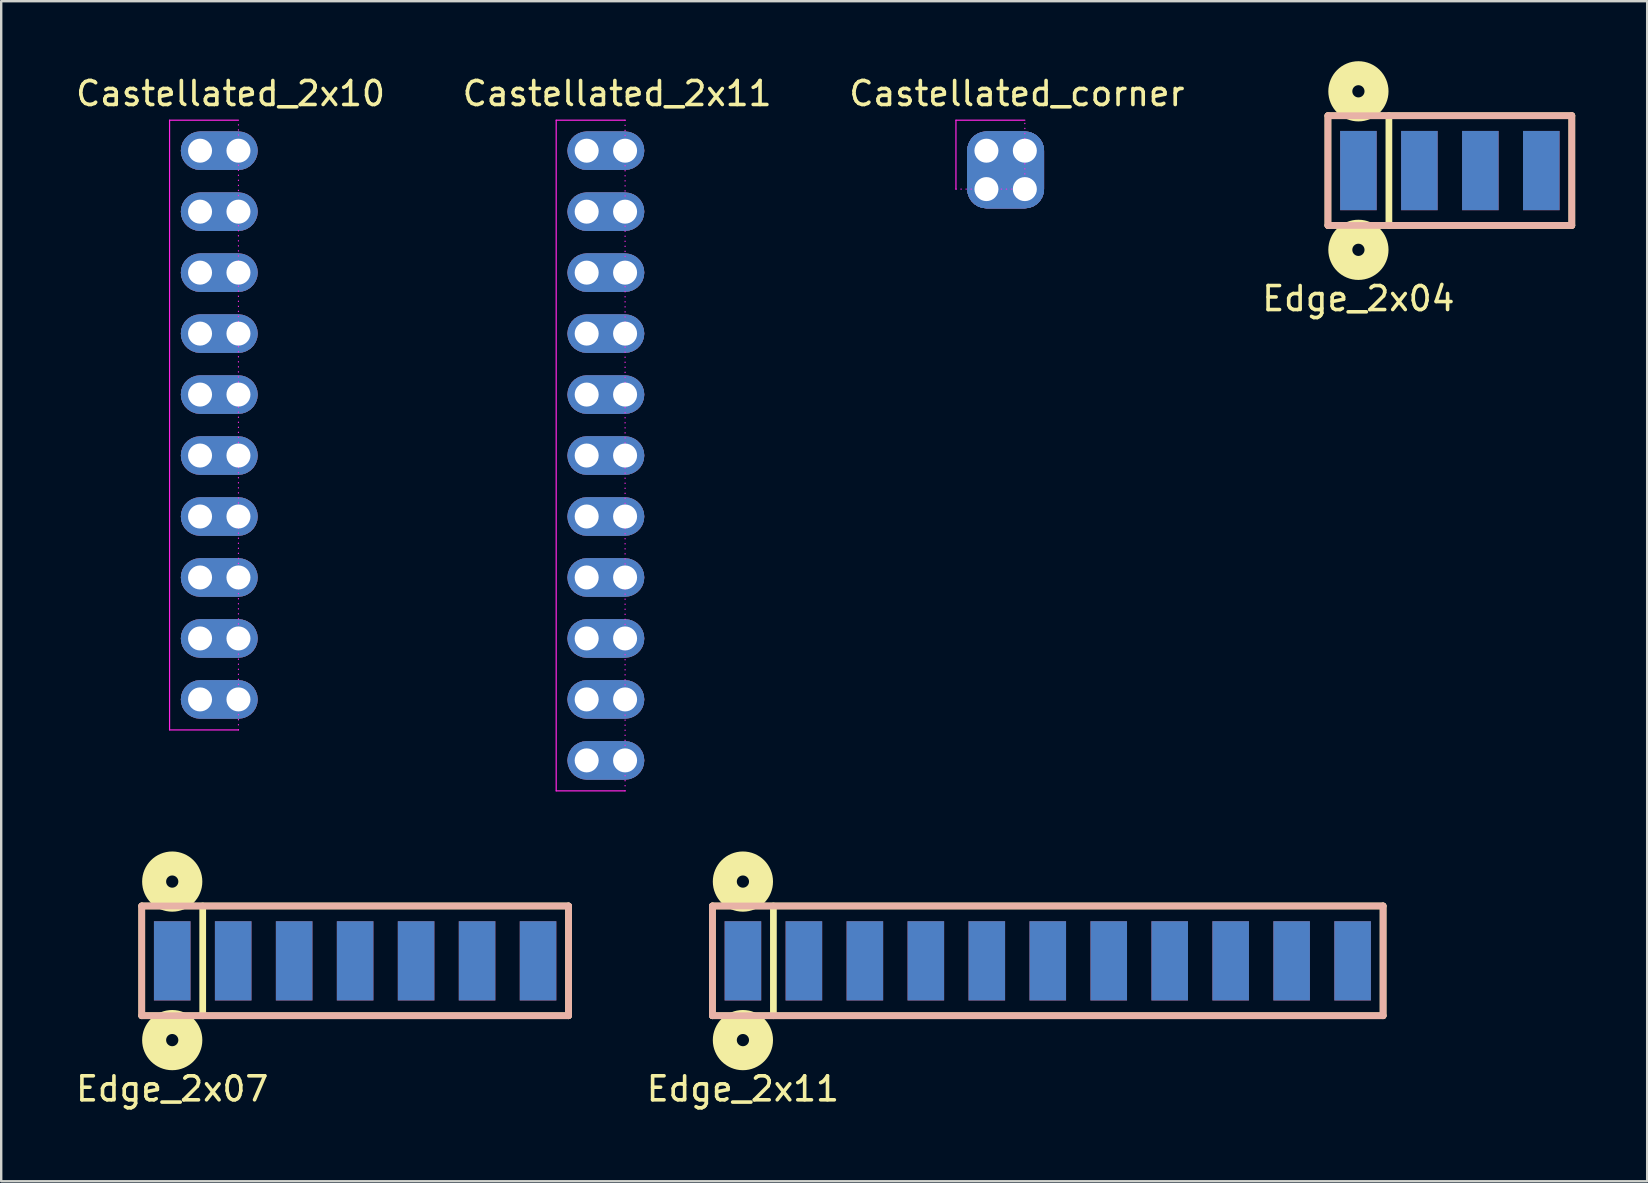
<source format=kicad_pcb>
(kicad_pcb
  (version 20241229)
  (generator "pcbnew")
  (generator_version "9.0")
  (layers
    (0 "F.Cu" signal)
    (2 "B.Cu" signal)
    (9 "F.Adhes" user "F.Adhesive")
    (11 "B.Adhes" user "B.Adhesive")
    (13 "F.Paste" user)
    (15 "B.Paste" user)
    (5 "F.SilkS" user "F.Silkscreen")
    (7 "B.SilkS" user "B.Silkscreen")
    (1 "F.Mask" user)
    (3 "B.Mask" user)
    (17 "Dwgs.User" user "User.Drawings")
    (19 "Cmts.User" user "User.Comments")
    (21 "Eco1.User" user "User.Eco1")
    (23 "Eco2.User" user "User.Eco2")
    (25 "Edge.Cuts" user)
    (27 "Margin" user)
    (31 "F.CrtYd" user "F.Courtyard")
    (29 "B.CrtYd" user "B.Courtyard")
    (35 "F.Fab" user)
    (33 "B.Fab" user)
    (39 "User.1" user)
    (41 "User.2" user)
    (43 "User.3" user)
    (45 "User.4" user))
  (footprint "Edge_2x04"
    (layer "F.Cu")
    (at 53.542 4.056)
    (property "Reference" "Edge_2x04" (at 0 5.334 0) (layer "F.SilkS") (effects (font (size 1 1) (thickness 0.15))))
    (attr through_hole)
    (fp_line (start -1.27 -2.286) (end -1.27 2.286) (stroke (width 0.28) (type solid)) (layer "F.SilkS"))
    (fp_line (start -1.27 2.286) (end 8.89 2.286) (stroke (width 0.28) (type solid)) (layer "F.SilkS"))
    (fp_line (start 1.27 2.286) (end 1.27 -2.286) (stroke (width 0.28) (type solid)) (layer "F.SilkS"))
    (fp_line (start 8.89 -2.286) (end -1.27 -2.286) (stroke (width 0.28) (type solid)) (layer "F.SilkS"))
    (fp_line (start 8.89 2.286) (end 8.89 -2.286) (stroke (width 0.28) (type solid)) (layer "F.SilkS"))
    (fp_circle (center 0 -3.302) (end 0.254 -3.302) (stroke (width 1) (type solid)) (fill no) (layer "F.SilkS"))
    (fp_circle (center 0 3.302) (end 0.254 3.302) (stroke (width 1) (type solid)) (fill no) (layer "F.SilkS"))
    (fp_line (start -1.27 -2.286) (end -1.27 2.286) (stroke (width 0.28) (type solid)) (layer "B.SilkS"))
    (fp_line (start -1.27 2.286) (end 8.89 2.286) (stroke (width 0.28) (type solid)) (layer "B.SilkS"))
    (fp_line (start 8.89 -2.286) (end -1.27 -2.286) (stroke (width 0.28) (type solid)) (layer "B.SilkS"))
    (fp_line (start 8.89 2.286) (end 8.89 -2.286) (stroke (width 0.28) (type solid)) (layer "B.SilkS"))
    (pad "1" smd rect (at 0 0) (size 1.524 3.302) (layers "F.Cu" "F.Mask" "F.Paste"))
    (pad "2" smd rect (at 0 0) (size 1.524 3.302) (layers "B.Cu" "B.Mask" "B.Paste"))
    (pad "3" smd rect (at 2.54 0) (size 1.524 3.302) (layers "F.Cu" "F.Mask" "F.Paste"))
    (pad "4" smd rect (at 2.54 0) (size 1.524 3.302) (layers "B.Cu" "B.Mask" "B.Paste"))
    (pad "5" smd rect (at 5.08 0) (size 1.524 3.302) (layers "F.Cu" "F.Mask" "F.Paste"))
    (pad "6" smd rect (at 5.08 0) (size 1.524 3.302) (layers "B.Cu" "B.Mask" "B.Paste"))
    (pad "7" smd rect (at 7.62 0) (size 1.524 3.302) (layers "F.Cu" "F.Mask" "F.Paste"))
    (pad "8" smd rect (at 7.62 0) (size 1.524 3.302) (layers "B.Cu" "B.Mask" "B.Paste")))
  (footprint "Castellated_corner"
    (layer "F.Cu")
    (at 38.045 3.228)
    (property "Reference" "Castellated_corner" (at 1.27 -2.38 0) (layer "F.SilkS") (effects (font (size 1 1) (thickness 0.15))))
    (attr through_hole)
    (fp_line (start -1.27 1.6) (end 1.6 1.6) (stroke (width 0.001) (type solid)) (layer "Edge.Cuts"))
    (fp_line (start 1.6 -1.27) (end 1.6 1.6) (stroke (width 0.001) (type solid)) (layer "Edge.Cuts"))
    (fp_line (start -1.27 -1.27) (end -1.27 1.6) (stroke (width 0.05) (type solid)) (layer "F.CrtYd"))
    (fp_line (start -1.27 1.6) (end 1.6 1.6) (stroke (width 0.05) (type dot)) (layer "F.CrtYd"))
    (fp_line (start 1.6 -1.27) (end -1.27 -1.27) (stroke (width 0.05) (type solid)) (layer "F.CrtYd"))
    (fp_line (start 1.6 1.6) (end 1.6 -1.27) (stroke (width 0.05) (type dot)) (layer "F.CrtYd"))
    (pad "1" thru_hole roundrect (at 0 0) (size 3.2 3.2) (drill 1 (offset 0.8 0.8)) (layers "*.Cu" "*.Mask") (roundrect_rratio 0.25))
    (pad "1" thru_hole roundrect (at 0 1.6) (size 3.2 3.2) (drill 1 (offset 0.8 -0.8)) (layers "*.Cu" "*.Mask") (roundrect_rratio 0.25))
    (pad "1" thru_hole roundrect (at 1.6 0) (size 3.2 3.2) (drill 1 (offset -0.8 0.8)) (layers "*.Cu" "*.Mask") (roundrect_rratio 0.25))
    (pad "1" thru_hole roundrect (at 1.6 1.6) (size 3.2 3.2) (drill 1 (offset -0.8 -0.8)) (layers "*.Cu" "*.Mask") (roundrect_rratio 0.25)))
  (footprint "Castellated_2x10"
    (layer "F.Cu")
    (at 5.284 3.228)
    (property "Reference" "Castellated_2x10" (at 1.27 -2.38 0) (layer "F.SilkS") (effects (font (size 1 1) (thickness 0.15))))
    (attr through_hole)
    (fp_line (start 1.6 -1.27) (end 1.6 24.13) (stroke (width 0.001) (type solid)) (layer "Edge.Cuts"))
    (fp_line (start -1.27 -1.27) (end -1.27 24.13) (stroke (width 0.05) (type solid)) (layer "F.CrtYd"))
    (fp_line (start -1.27 24.13) (end 1.6 24.13) (stroke (width 0.05) (type solid)) (layer "F.CrtYd"))
    (fp_line (start 1.6 -1.27) (end -1.27 -1.27) (stroke (width 0.05) (type solid)) (layer "F.CrtYd"))
    (fp_line (start 1.6 24.13) (end 1.6 -1.27) (stroke (width 0.05) (type dot)) (layer "F.CrtYd"))
    (pad "1" thru_hole roundrect (at 0 0) (size 3.2 1.6) (drill 1 (offset 0.8 0)) (layers "*.Cu" "*.Mask") (roundrect_rratio 0.5))
    (pad "1" thru_hole roundrect (at 1.6 0) (size 3.2 1.6) (drill 1 (offset -0.8 0)) (layers "*.Cu" "*.Mask") (roundrect_rratio 0.5))
    (pad "2" thru_hole roundrect (at 0 2.54) (size 3.2 1.6) (drill 1 (offset 0.8 0)) (layers "*.Cu" "*.Mask") (roundrect_rratio 0.5))
    (pad "2" thru_hole roundrect (at 1.6 2.54) (size 3.2 1.6) (drill 1 (offset -0.8 0)) (layers "*.Cu" "*.Mask") (roundrect_rratio 0.5))
    (pad "3" thru_hole roundrect (at 0 5.08) (size 3.2 1.6) (drill 1 (offset 0.8 0)) (layers "*.Cu" "*.Mask") (roundrect_rratio 0.5))
    (pad "3" thru_hole roundrect (at 1.6 5.08) (size 3.2 1.6) (drill 1 (offset -0.8 0)) (layers "*.Cu" "*.Mask") (roundrect_rratio 0.5))
    (pad "4" thru_hole roundrect (at 0 7.62) (size 3.2 1.6) (drill 1 (offset 0.8 0)) (layers "*.Cu" "*.Mask") (roundrect_rratio 0.5))
    (pad "4" thru_hole roundrect (at 1.6 7.62) (size 3.2 1.6) (drill 1 (offset -0.8 0)) (layers "*.Cu" "*.Mask") (roundrect_rratio 0.5))
    (pad "5" thru_hole roundrect (at 0 10.16) (size 3.2 1.6) (drill 1 (offset 0.8 0)) (layers "*.Cu" "*.Mask") (roundrect_rratio 0.5))
    (pad "5" thru_hole roundrect (at 1.6 10.16) (size 3.2 1.6) (drill 1 (offset -0.8 0)) (layers "*.Cu" "*.Mask") (roundrect_rratio 0.5))
    (pad "6" thru_hole roundrect (at 0 12.7) (size 3.2 1.6) (drill 1 (offset 0.8 0)) (layers "*.Cu" "*.Mask") (roundrect_rratio 0.5))
    (pad "6" thru_hole roundrect (at 1.6 12.7) (size 3.2 1.6) (drill 1 (offset -0.8 0)) (layers "*.Cu" "*.Mask") (roundrect_rratio 0.5))
    (pad "7" thru_hole roundrect (at 0 15.24) (size 3.2 1.6) (drill 1 (offset 0.8 0)) (layers "*.Cu" "*.Mask") (roundrect_rratio 0.5))
    (pad "7" thru_hole roundrect (at 1.6 15.24) (size 3.2 1.6) (drill 1 (offset -0.8 0)) (layers "*.Cu" "*.Mask") (roundrect_rratio 0.5))
    (pad "8" thru_hole roundrect (at 0 17.78) (size 3.2 1.6) (drill 1 (offset 0.8 0)) (layers "*.Cu" "*.Mask") (roundrect_rratio 0.5))
    (pad "8" thru_hole roundrect (at 1.6 17.78) (size 3.2 1.6) (drill 1 (offset -0.8 0)) (layers "*.Cu" "*.Mask") (roundrect_rratio 0.5))
    (pad "9" thru_hole roundrect (at 0 20.32) (size 3.2 1.6) (drill 1 (offset 0.8 0)) (layers "*.Cu" "*.Mask") (roundrect_rratio 0.5))
    (pad "9" thru_hole roundrect (at 1.6 20.32) (size 3.2 1.6) (drill 1 (offset -0.8 0)) (layers "*.Cu" "*.Mask") (roundrect_rratio 0.5))
    (pad "10" thru_hole roundrect (at 0 22.86) (size 3.2 1.6) (drill 1 (offset 0.8 0)) (layers "*.Cu" "*.Mask") (roundrect_rratio 0.5))
    (pad "10" thru_hole roundrect (at 1.6 22.86) (size 3.2 1.6) (drill 1 (offset -0.8 0)) (layers "*.Cu" "*.Mask") (roundrect_rratio 0.5)))
  (footprint "Edge_2x11"
    (layer "F.Cu")
    (at 27.9 36.979)
    (property "Reference" "Edge_2x11" (at 0 5.334 0) (layer "F.SilkS") (effects (font (size 1 1) (thickness 0.15))))
    (attr through_hole)
    (fp_line (start -1.27 -2.286) (end -1.27 2.286) (stroke (width 0.28) (type solid)) (layer "F.SilkS"))
    (fp_line (start -1.27 2.286) (end 26.67 2.286) (stroke (width 0.28) (type solid)) (layer "F.SilkS"))
    (fp_line (start 1.27 2.286) (end 1.27 -2.286) (stroke (width 0.28) (type solid)) (layer "F.SilkS"))
    (fp_line (start 26.67 -2.286) (end -1.27 -2.286) (stroke (width 0.28) (type solid)) (layer "F.SilkS"))
    (fp_line (start 26.67 2.286) (end 26.67 -2.286) (stroke (width 0.28) (type solid)) (layer "F.SilkS"))
    (fp_circle (center 0 -3.302) (end 0.254 -3.302) (stroke (width 1) (type solid)) (fill no) (layer "F.SilkS"))
    (fp_circle (center 0 3.302) (end 0.254 3.302) (stroke (width 1) (type solid)) (fill no) (layer "F.SilkS"))
    (fp_line (start -1.27 -2.286) (end -1.27 2.286) (stroke (width 0.28) (type solid)) (layer "B.SilkS"))
    (fp_line (start -1.27 2.286) (end 26.67 2.286) (stroke (width 0.28) (type solid)) (layer "B.SilkS"))
    (fp_line (start 26.67 -2.286) (end -1.27 -2.286) (stroke (width 0.28) (type solid)) (layer "B.SilkS"))
    (fp_line (start 26.67 2.286) (end 26.67 -2.286) (stroke (width 0.28) (type solid)) (layer "B.SilkS"))
    (pad "1" smd rect (at 0 0) (size 1.524 3.302) (layers "F.Cu" "F.Mask" "F.Paste"))
    (pad "2" smd rect (at 0 0) (size 1.524 3.302) (layers "B.Cu" "B.Mask" "B.Paste"))
    (pad "3" smd rect (at 2.54 0) (size 1.524 3.302) (layers "F.Cu" "F.Mask" "F.Paste"))
    (pad "4" smd rect (at 2.54 0) (size 1.524 3.302) (layers "B.Cu" "B.Mask" "B.Paste"))
    (pad "5" smd rect (at 5.08 0) (size 1.524 3.302) (layers "F.Cu" "F.Mask" "F.Paste"))
    (pad "6" smd rect (at 5.08 0) (size 1.524 3.302) (layers "B.Cu" "B.Mask" "B.Paste"))
    (pad "7" smd rect (at 7.62 0) (size 1.524 3.302) (layers "F.Cu" "F.Mask" "F.Paste"))
    (pad "8" smd rect (at 7.62 0) (size 1.524 3.302) (layers "B.Cu" "B.Mask" "B.Paste"))
    (pad "9" smd rect (at 10.16 0) (size 1.524 3.302) (layers "F.Cu" "F.Mask" "F.Paste"))
    (pad "10" smd rect (at 10.16 0) (size 1.524 3.302) (layers "B.Cu" "B.Mask" "B.Paste"))
    (pad "11" smd rect (at 12.7 0) (size 1.524 3.302) (layers "F.Cu" "F.Mask" "F.Paste"))
    (pad "12" smd rect (at 12.7 0) (size 1.524 3.302) (layers "B.Cu" "B.Mask" "B.Paste"))
    (pad "13" smd rect (at 15.24 0) (size 1.524 3.302) (layers "F.Cu" "F.Mask" "F.Paste"))
    (pad "14" smd rect (at 15.24 0) (size 1.524 3.302) (layers "B.Cu" "B.Mask" "B.Paste"))
    (pad "15" smd rect (at 17.78 0) (size 1.524 3.302) (layers "F.Cu" "F.Mask" "F.Paste"))
    (pad "16" smd rect (at 17.78 0) (size 1.524 3.302) (layers "B.Cu" "B.Mask" "B.Paste"))
    (pad "17" smd rect (at 20.32 0) (size 1.524 3.302) (layers "F.Cu" "F.Mask" "F.Paste"))
    (pad "18" smd rect (at 20.32 0) (size 1.524 3.302) (layers "B.Cu" "B.Mask" "B.Paste"))
    (pad "19" smd rect (at 22.86 0) (size 1.524 3.302) (layers "F.Cu" "F.Mask" "F.Paste"))
    (pad "20" smd rect (at 22.86 0) (size 1.524 3.302) (layers "B.Cu" "B.Mask" "B.Paste"))
    (pad "21" smd rect (at 25.4 0) (size 1.524 3.302) (layers "F.Cu" "F.Mask" "F.Paste"))
    (pad "22" smd rect (at 25.4 0) (size 1.524 3.302) (layers "B.Cu" "B.Mask" "B.Paste")))
  (footprint "Castellated_2x11"
    (layer "F.Cu")
    (at 21.391 3.228)
    (property "Reference" "Castellated_2x11" (at 1.27 -2.38 0) (layer "F.SilkS") (effects (font (size 1 1) (thickness 0.15))))
    (attr through_hole)
    (fp_line (start 1.6 -1.27) (end 1.6 26.67) (stroke (width 0.001) (type solid)) (layer "Edge.Cuts"))
    (fp_line (start -1.27 -1.27) (end -1.27 26.67) (stroke (width 0.05) (type solid)) (layer "F.CrtYd"))
    (fp_line (start -1.27 26.67) (end 1.6 26.67) (stroke (width 0.05) (type solid)) (layer "F.CrtYd"))
    (fp_line (start 1.6 -1.27) (end -1.27 -1.27) (stroke (width 0.05) (type solid)) (layer "F.CrtYd"))
    (fp_line (start 1.6 26.67) (end 1.6 -1.27) (stroke (width 0.05) (type dot)) (layer "F.CrtYd"))
    (pad "1" thru_hole roundrect (at 0 0) (size 3.2 1.6) (drill 1 (offset 0.8 0)) (layers "*.Cu" "*.Mask") (roundrect_rratio 0.5))
    (pad "1" thru_hole roundrect (at 1.6 0) (size 3.2 1.6) (drill 1 (offset -0.8 0)) (layers "*.Cu" "*.Mask") (roundrect_rratio 0.5))
    (pad "2" thru_hole roundrect (at 0 2.54) (size 3.2 1.6) (drill 1 (offset 0.8 0)) (layers "*.Cu" "*.Mask") (roundrect_rratio 0.5))
    (pad "2" thru_hole roundrect (at 1.6 2.54) (size 3.2 1.6) (drill 1 (offset -0.8 0)) (layers "*.Cu" "*.Mask") (roundrect_rratio 0.5))
    (pad "3" thru_hole roundrect (at 0 5.08) (size 3.2 1.6) (drill 1 (offset 0.8 0)) (layers "*.Cu" "*.Mask") (roundrect_rratio 0.5))
    (pad "3" thru_hole roundrect (at 1.6 5.08) (size 3.2 1.6) (drill 1 (offset -0.8 0)) (layers "*.Cu" "*.Mask") (roundrect_rratio 0.5))
    (pad "4" thru_hole roundrect (at 0 7.62) (size 3.2 1.6) (drill 1 (offset 0.8 0)) (layers "*.Cu" "*.Mask") (roundrect_rratio 0.5))
    (pad "4" thru_hole roundrect (at 1.6 7.62) (size 3.2 1.6) (drill 1 (offset -0.8 0)) (layers "*.Cu" "*.Mask") (roundrect_rratio 0.5))
    (pad "5" thru_hole roundrect (at 0 10.16) (size 3.2 1.6) (drill 1 (offset 0.8 0)) (layers "*.Cu" "*.Mask") (roundrect_rratio 0.5))
    (pad "5" thru_hole roundrect (at 1.6 10.16) (size 3.2 1.6) (drill 1 (offset -0.8 0)) (layers "*.Cu" "*.Mask") (roundrect_rratio 0.5))
    (pad "6" thru_hole roundrect (at 0 12.7) (size 3.2 1.6) (drill 1 (offset 0.8 0)) (layers "*.Cu" "*.Mask") (roundrect_rratio 0.5))
    (pad "6" thru_hole roundrect (at 1.6 12.7) (size 3.2 1.6) (drill 1 (offset -0.8 0)) (layers "*.Cu" "*.Mask") (roundrect_rratio 0.5))
    (pad "7" thru_hole roundrect (at 0 15.24) (size 3.2 1.6) (drill 1 (offset 0.8 0)) (layers "*.Cu" "*.Mask") (roundrect_rratio 0.5))
    (pad "7" thru_hole roundrect (at 1.6 15.24) (size 3.2 1.6) (drill 1 (offset -0.8 0)) (layers "*.Cu" "*.Mask") (roundrect_rratio 0.5))
    (pad "8" thru_hole roundrect (at 0 17.78) (size 3.2 1.6) (drill 1 (offset 0.8 0)) (layers "*.Cu" "*.Mask") (roundrect_rratio 0.5))
    (pad "8" thru_hole roundrect (at 1.6 17.78) (size 3.2 1.6) (drill 1 (offset -0.8 0)) (layers "*.Cu" "*.Mask") (roundrect_rratio 0.5))
    (pad "9" thru_hole roundrect (at 0 20.32) (size 3.2 1.6) (drill 1 (offset 0.8 0)) (layers "*.Cu" "*.Mask") (roundrect_rratio 0.5))
    (pad "9" thru_hole roundrect (at 1.6 20.32) (size 3.2 1.6) (drill 1 (offset -0.8 0)) (layers "*.Cu" "*.Mask") (roundrect_rratio 0.5))
    (pad "10" thru_hole roundrect (at 0 22.86) (size 3.2 1.6) (drill 1 (offset 0.8 0)) (layers "*.Cu" "*.Mask") (roundrect_rratio 0.5))
    (pad "10" thru_hole roundrect (at 1.6 22.86) (size 3.2 1.6) (drill 1 (offset -0.8 0)) (layers "*.Cu" "*.Mask") (roundrect_rratio 0.5))
    (pad "11" thru_hole roundrect (at 0 25.4) (size 3.2 1.6) (drill 1 (offset 0.8 0)) (layers "*.Cu" "*.Mask") (roundrect_rratio 0.5))
    (pad "11" thru_hole roundrect (at 1.6 25.4) (size 3.2 1.6) (drill 1 (offset -0.8 0)) (layers "*.Cu" "*.Mask") (roundrect_rratio 0.5)))
  (footprint "Edge_2x07"
    (layer "F.Cu")
    (at 4.125 36.979)
    (property "Reference" "Edge_2x07" (at 0 5.334 0) (layer "F.SilkS") (effects (font (size 1 1) (thickness 0.15))))
    (attr through_hole)
    (fp_line (start -1.27 -2.286) (end -1.27 2.286) (stroke (width 0.28) (type solid)) (layer "F.SilkS"))
    (fp_line (start -1.27 2.286) (end 16.51 2.286) (stroke (width 0.28) (type solid)) (layer "F.SilkS"))
    (fp_line (start 1.27 2.286) (end 1.27 -2.286) (stroke (width 0.28) (type solid)) (layer "F.SilkS"))
    (fp_line (start 16.51 -2.286) (end -1.27 -2.286) (stroke (width 0.28) (type solid)) (layer "F.SilkS"))
    (fp_line (start 16.51 2.286) (end 16.51 -2.286) (stroke (width 0.28) (type solid)) (layer "F.SilkS"))
    (fp_circle (center 0 -3.302) (end 0.254 -3.302) (stroke (width 1) (type solid)) (fill no) (layer "F.SilkS"))
    (fp_circle (center 0 3.302) (end 0.254 3.302) (stroke (width 1) (type solid)) (fill no) (layer "F.SilkS"))
    (fp_line (start -1.27 -2.286) (end -1.27 2.286) (stroke (width 0.28) (type solid)) (layer "B.SilkS"))
    (fp_line (start -1.27 2.286) (end 16.51 2.286) (stroke (width 0.28) (type solid)) (layer "B.SilkS"))
    (fp_line (start 16.51 -2.286) (end -1.27 -2.286) (stroke (width 0.28) (type solid)) (layer "B.SilkS"))
    (fp_line (start 16.51 2.286) (end 16.51 -2.286) (stroke (width 0.28) (type solid)) (layer "B.SilkS"))
    (pad "1" smd rect (at 0 0) (size 1.524 3.302) (layers "F.Cu" "F.Mask" "F.Paste"))
    (pad "2" smd rect (at 0 0) (size 1.524 3.302) (layers "B.Cu" "B.Mask" "B.Paste"))
    (pad "3" smd rect (at 2.54 0) (size 1.524 3.302) (layers "F.Cu" "F.Mask" "F.Paste"))
    (pad "4" smd rect (at 2.54 0) (size 1.524 3.302) (layers "B.Cu" "B.Mask" "B.Paste"))
    (pad "5" smd rect (at 5.08 0) (size 1.524 3.302) (layers "F.Cu" "F.Mask" "F.Paste"))
    (pad "6" smd rect (at 5.08 0) (size 1.524 3.302) (layers "B.Cu" "B.Mask" "B.Paste"))
    (pad "7" smd rect (at 7.62 0) (size 1.524 3.302) (layers "F.Cu" "F.Mask" "F.Paste"))
    (pad "8" smd rect (at 7.62 0) (size 1.524 3.302) (layers "B.Cu" "B.Mask" "B.Paste"))
    (pad "9" smd rect (at 10.16 0) (size 1.524 3.302) (layers "F.Cu" "F.Mask" "F.Paste"))
    (pad "10" smd rect (at 10.16 0) (size 1.524 3.302) (layers "B.Cu" "B.Mask" "B.Paste"))
    (pad "11" smd rect (at 12.7 0) (size 1.524 3.302) (layers "F.Cu" "F.Mask" "F.Paste"))
    (pad "12" smd rect (at 12.7 0) (size 1.524 3.302) (layers "B.Cu" "B.Mask" "B.Paste"))
    (pad "13" smd rect (at 15.24 0) (size 1.524 3.302) (layers "F.Cu" "F.Mask" "F.Paste"))
    (pad "14" smd rect (at 15.24 0) (size 1.524 3.302) (layers "B.Cu" "B.Mask" "B.Paste")))
  (gr_rect
    (start -3 -3)
    (end 65.572 46.161)
    (stroke (width 0.1) (type default))
    (fill no)
    (layer "Edge.Cuts")))
</source>
